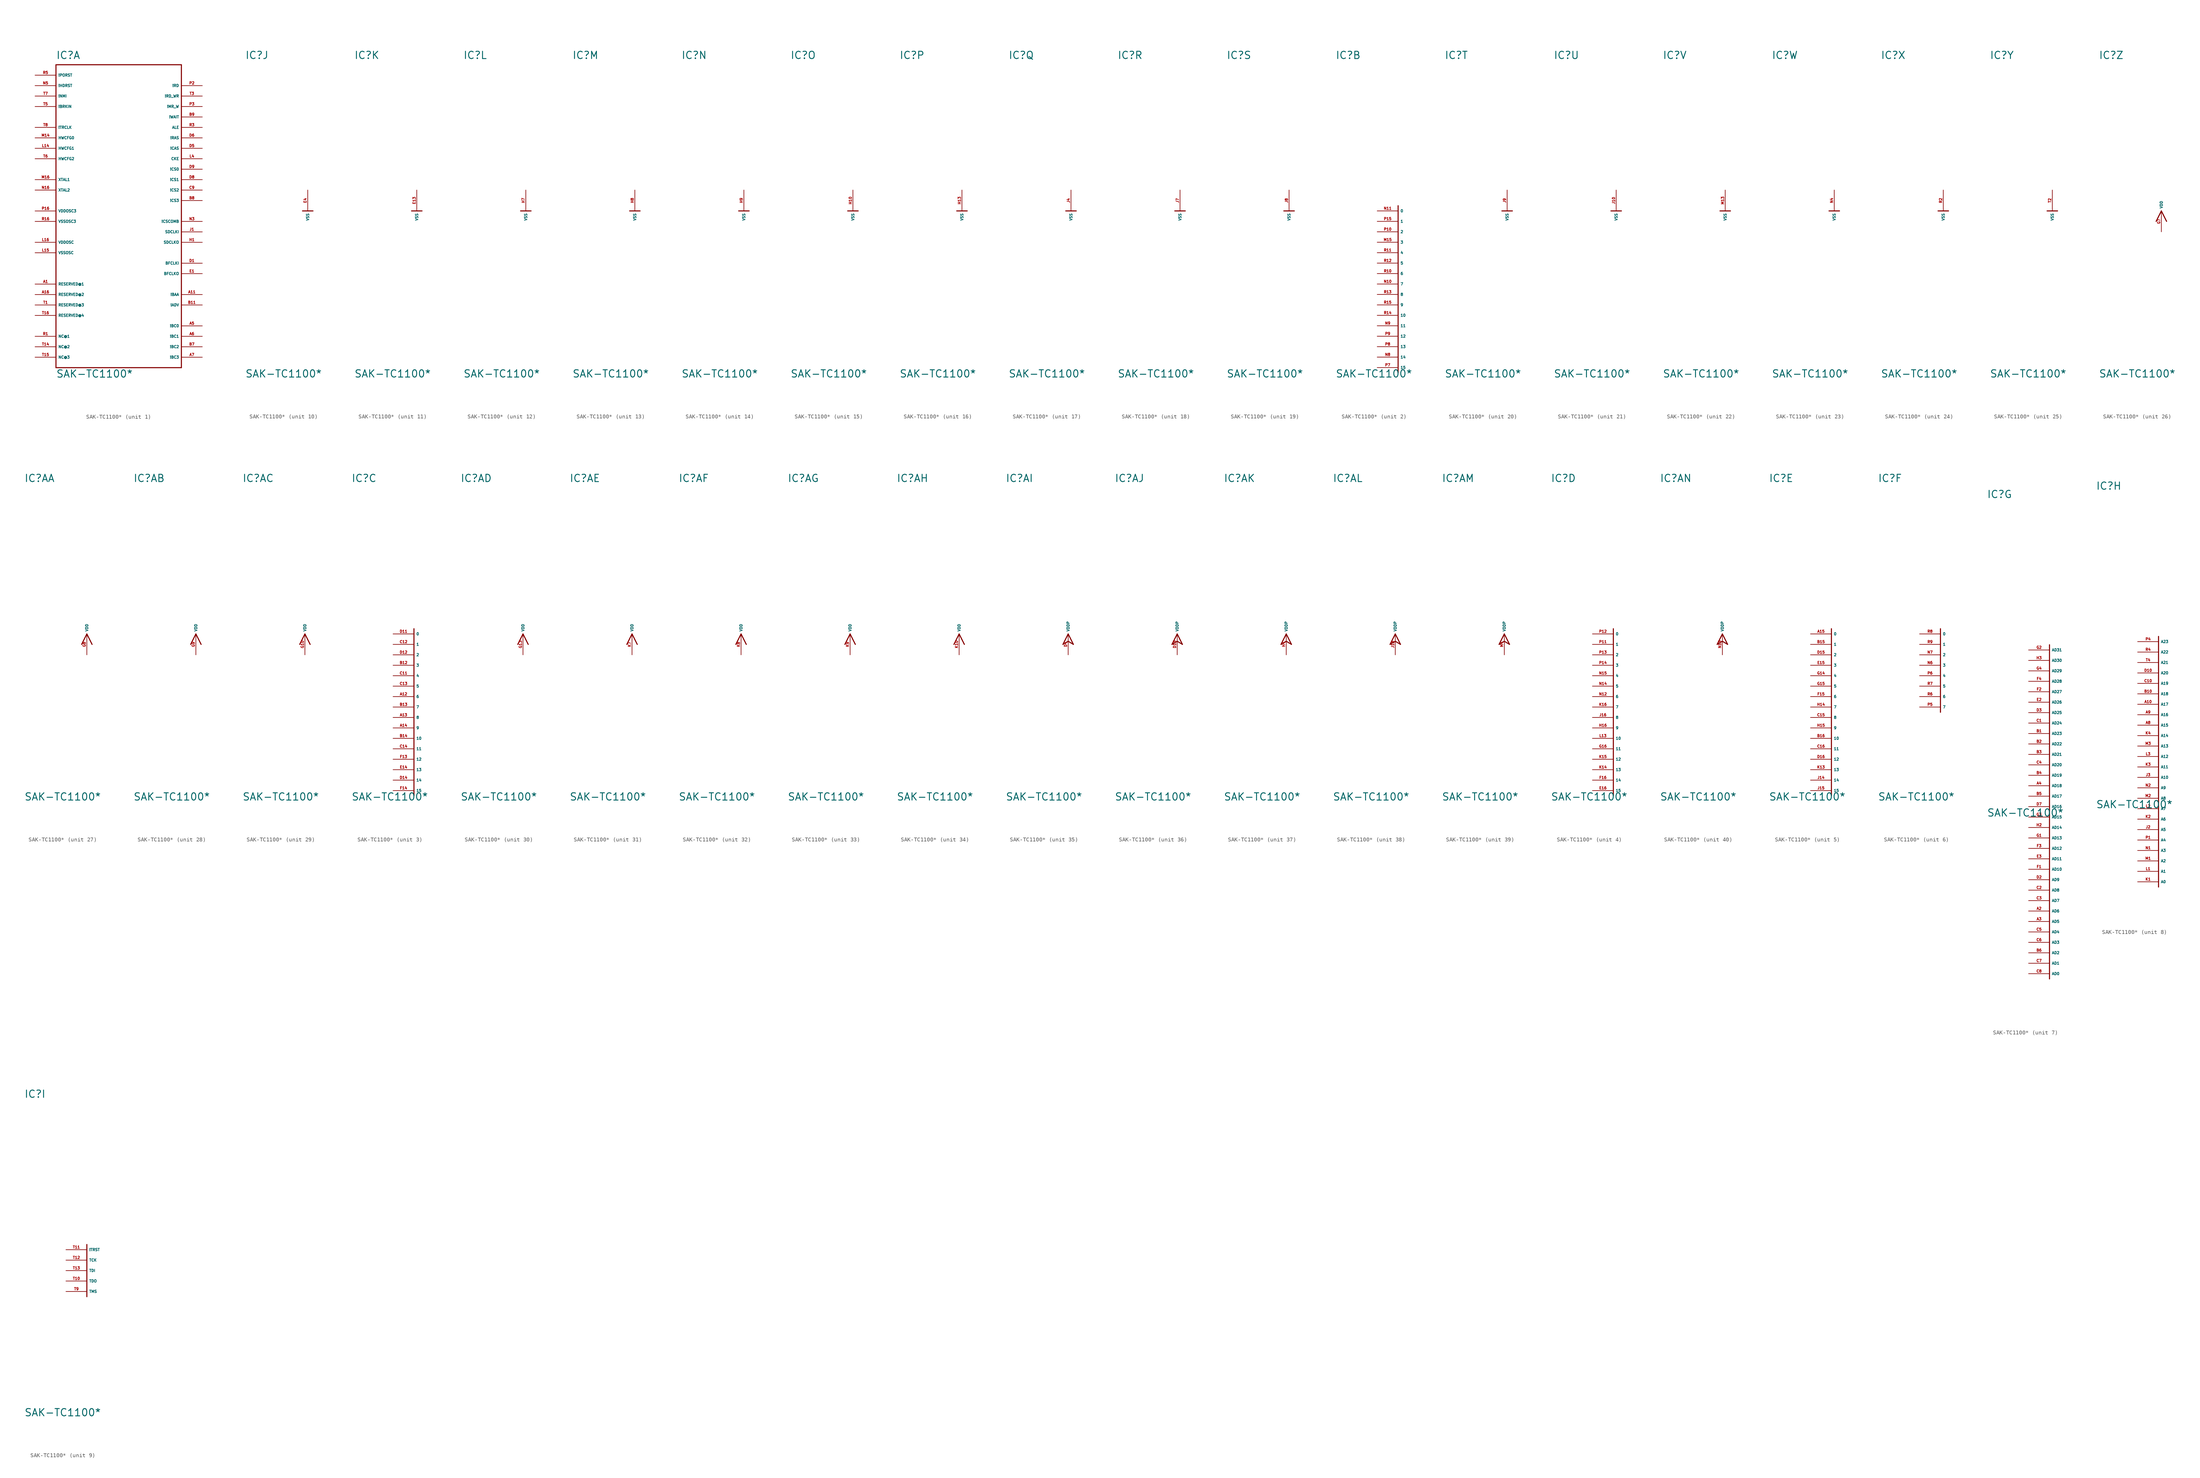
<source format=kicad_sym>
(kicad_symbol_lib
  (version 20220914)
  (generator Eagle2Kicad)
  (symbol "SAK-TC1100*"
    (property "Reference" "IC"
      (at -15.24 36.83 0)
      (effects (font (size 1.778 1.778) (thickness 0.22)) (justify left bottom)))
    (property "Value" "SAK-TC1100*"
      (at -15.24 -40.64 0)
      (effects (font (size 1.778 1.778) (thickness 0.22)) (justify left bottom)))
    (symbol "SAK-TC1100*_1_0"
      (polyline (pts (xy 15.24 35.56) (xy 15.24 -38.1)) (stroke (width 0.254) (type default)) (fill (type none)))
      (polyline (pts (xy 15.24 -38.1) (xy -15.24 -38.1)) (stroke (width 0.254) (type default)) (fill (type none)))
      (polyline (pts (xy -15.24 -38.1) (xy -15.24 35.56)) (stroke (width 0.254) (type default)) (fill (type none)))
      (polyline (pts (xy -15.24 35.56) (xy 15.24 35.56)) (stroke (width 0.254) (type default)) (fill (type none)))
      (pin input line (at -20.32 27.94 0) (length 5.08) (name "!NMI" (effects (font (size 0.635 0.635) (thickness 0.08)) (justify left bottom))) (number "T7" (effects (font (size 0.635 0.635) (thickness 0.08)) (justify left bottom))))
      (pin output line (at 20.32 30.48 180) (length 5.08) (name "!RD" (effects (font (size 0.635 0.635) (thickness 0.08)) (justify left bottom))) (number "P2" (effects (font (size 0.635 0.635) (thickness 0.08)) (justify left bottom))))
      (pin output line (at 20.32 10.16 180) (length 5.08) (name "!CS0" (effects (font (size 0.635 0.635) (thickness 0.08)) (justify left bottom))) (number "D9" (effects (font (size 0.635 0.635) (thickness 0.08)) (justify left bottom))))
      (pin input line (at -20.32 33.02 0) (length 5.08) (name "!PORST" (effects (font (size 0.635 0.635) (thickness 0.08)) (justify left bottom))) (number "R5" (effects (font (size 0.635 0.635) (thickness 0.08)) (justify left bottom))))
      (pin bidirectional line (at -20.32 30.48 0) (length 5.08) (name "!HDRST" (effects (font (size 0.635 0.635) (thickness 0.08)) (justify left bottom))) (number "N5" (effects (font (size 0.635 0.635) (thickness 0.08)) (justify left bottom))))
      (pin input line (at -20.32 17.78 0) (length 5.08) (name "HWCFG0" (effects (font (size 0.635 0.635) (thickness 0.08)) (justify left bottom))) (number "M14" (effects (font (size 0.635 0.635) (thickness 0.08)) (justify left bottom))))
      (pin input line (at 20.32 22.86 180) (length 5.08) (name "!WAIT" (effects (font (size 0.635 0.635) (thickness 0.08)) (justify left bottom))) (number "B9" (effects (font (size 0.635 0.635) (thickness 0.08)) (justify left bottom))))
      (pin output line (at 20.32 20.32 180) (length 5.08) (name "ALE" (effects (font (size 0.635 0.635) (thickness 0.08)) (justify left bottom))) (number "R3" (effects (font (size 0.635 0.635) (thickness 0.08)) (justify left bottom))))
      (pin output line (at 20.32 -20.32 180) (length 5.08) (name "!BAA" (effects (font (size 0.635 0.635) (thickness 0.08)) (justify left bottom))) (number "A11" (effects (font (size 0.635 0.635) (thickness 0.08)) (justify left bottom))))
      (pin output line (at 20.32 17.78 180) (length 5.08) (name "!RAS" (effects (font (size 0.635 0.635) (thickness 0.08)) (justify left bottom))) (number "D6" (effects (font (size 0.635 0.635) (thickness 0.08)) (justify left bottom))))
      (pin output line (at 20.32 15.24 180) (length 5.08) (name "!CAS" (effects (font (size 0.635 0.635) (thickness 0.08)) (justify left bottom))) (number "D5" (effects (font (size 0.635 0.635) (thickness 0.08)) (justify left bottom))))
      (pin output line (at 20.32 7.62 180) (length 5.08) (name "!CS1" (effects (font (size 0.635 0.635) (thickness 0.08)) (justify left bottom))) (number "D8" (effects (font (size 0.635 0.635) (thickness 0.08)) (justify left bottom))))
      (pin output line (at 20.32 5.08 180) (length 5.08) (name "!CS2" (effects (font (size 0.635 0.635) (thickness 0.08)) (justify left bottom))) (number "C9" (effects (font (size 0.635 0.635) (thickness 0.08)) (justify left bottom))))
      (pin output line (at 20.32 2.54 180) (length 5.08) (name "!CS3" (effects (font (size 0.635 0.635) (thickness 0.08)) (justify left bottom))) (number "B8" (effects (font (size 0.635 0.635) (thickness 0.08)) (justify left bottom))))
      (pin output line (at 20.32 -2.54 180) (length 5.08) (name "!CSCOMB" (effects (font (size 0.635 0.635) (thickness 0.08)) (justify left bottom))) (number "N3" (effects (font (size 0.635 0.635) (thickness 0.08)) (justify left bottom))))
      (pin output line (at 20.32 12.7 180) (length 5.08) (name "CKE" (effects (font (size 0.635 0.635) (thickness 0.08)) (justify left bottom))) (number "L4" (effects (font (size 0.635 0.635) (thickness 0.08)) (justify left bottom))))
      (pin input line (at 20.32 -5.08 180) (length 5.08) (name "SDCLKI" (effects (font (size 0.635 0.635) (thickness 0.08)) (justify left bottom))) (number "J1" (effects (font (size 0.635 0.635) (thickness 0.08)) (justify left bottom))))
      (pin output line (at 20.32 -22.86 180) (length 5.08) (name "!ADV" (effects (font (size 0.635 0.635) (thickness 0.08)) (justify left bottom))) (number "B11" (effects (font (size 0.635 0.635) (thickness 0.08)) (justify left bottom))))
      (pin input line (at -20.32 7.62 0) (length 5.08) (name "XTAL1" (effects (font (size 0.635 0.635) (thickness 0.08)) (justify left bottom))) (number "M16" (effects (font (size 0.635 0.635) (thickness 0.08)) (justify left bottom))))
      (pin output line (at -20.32 5.08 0) (length 5.08) (name "XTAL2" (effects (font (size 0.635 0.635) (thickness 0.08)) (justify left bottom))) (number "N16" (effects (font (size 0.635 0.635) (thickness 0.08)) (justify left bottom))))
      (pin input line (at -20.32 -7.62 0) (length 5.08) (name "VDDOSC" (effects (font (size 0.635 0.635) (thickness 0.08)) (justify left bottom))) (number "L16" (effects (font (size 0.635 0.635) (thickness 0.08)) (justify left bottom))))
      (pin input line (at -20.32 -10.16 0) (length 5.08) (name "VSSOSC" (effects (font (size 0.635 0.635) (thickness 0.08)) (justify left bottom))) (number "L15" (effects (font (size 0.635 0.635) (thickness 0.08)) (justify left bottom))))
      (pin passive line (at -20.32 -17.78 0) (length 5.08) (name "RESERVED@1" (effects (font (size 0.635 0.635) (thickness 0.08)) (justify left bottom))) (number "A1" (effects (font (size 0.635 0.635) (thickness 0.08)) (justify left bottom))))
      (pin bidirectional line (at 20.32 -27.94 180) (length 5.08) (name "!BC0" (effects (font (size 0.635 0.635) (thickness 0.08)) (justify left bottom))) (number "A5" (effects (font (size 0.635 0.635) (thickness 0.08)) (justify left bottom))))
      (pin bidirectional line (at 20.32 -30.48 180) (length 5.08) (name "!BC1" (effects (font (size 0.635 0.635) (thickness 0.08)) (justify left bottom))) (number "A6" (effects (font (size 0.635 0.635) (thickness 0.08)) (justify left bottom))))
      (pin bidirectional line (at 20.32 -33.02 180) (length 5.08) (name "!BC2" (effects (font (size 0.635 0.635) (thickness 0.08)) (justify left bottom))) (number "B7" (effects (font (size 0.635 0.635) (thickness 0.08)) (justify left bottom))))
      (pin bidirectional line (at 20.32 -35.56 180) (length 5.08) (name "!BC3" (effects (font (size 0.635 0.635) (thickness 0.08)) (justify left bottom))) (number "A7" (effects (font (size 0.635 0.635) (thickness 0.08)) (justify left bottom))))
      (pin output line (at 20.32 27.94 180) (length 5.08) (name "!RD_WR" (effects (font (size 0.635 0.635) (thickness 0.08)) (justify left bottom))) (number "T3" (effects (font (size 0.635 0.635) (thickness 0.08)) (justify left bottom))))
      (pin input line (at -20.32 15.24 0) (length 5.08) (name "HWCFG1" (effects (font (size 0.635 0.635) (thickness 0.08)) (justify left bottom))) (number "L14" (effects (font (size 0.635 0.635) (thickness 0.08)) (justify left bottom))))
      (pin input line (at -20.32 12.7 0) (length 5.08) (name "HWCFG2" (effects (font (size 0.635 0.635) (thickness 0.08)) (justify left bottom))) (number "T6" (effects (font (size 0.635 0.635) (thickness 0.08)) (justify left bottom))))
      (pin output line (at -20.32 20.32 0) (length 5.08) (name "!TRCLK" (effects (font (size 0.635 0.635) (thickness 0.08)) (justify left bottom))) (number "T8" (effects (font (size 0.635 0.635) (thickness 0.08)) (justify left bottom))))
      (pin output line (at 20.32 -7.62 180) (length 5.08) (name "SDCLKO" (effects (font (size 0.635 0.635) (thickness 0.08)) (justify left bottom))) (number "H1" (effects (font (size 0.635 0.635) (thickness 0.08)) (justify left bottom))))
      (pin input line (at 20.32 -12.7 180) (length 5.08) (name "BFCLKI" (effects (font (size 0.635 0.635) (thickness 0.08)) (justify left bottom))) (number "D1" (effects (font (size 0.635 0.635) (thickness 0.08)) (justify left bottom))))
      (pin output line (at 20.32 -15.24 180) (length 5.08) (name "BFCLKO" (effects (font (size 0.635 0.635) (thickness 0.08)) (justify left bottom))) (number "E1" (effects (font (size 0.635 0.635) (thickness 0.08)) (justify left bottom))))
      (pin input line (at -20.32 0 0) (length 5.08) (name "VDDOSC3" (effects (font (size 0.635 0.635) (thickness 0.08)) (justify left bottom))) (number "P16" (effects (font (size 0.635 0.635) (thickness 0.08)) (justify left bottom))))
      (pin input line (at -20.32 -2.54 0) (length 5.08) (name "VSSOSC3" (effects (font (size 0.635 0.635) (thickness 0.08)) (justify left bottom))) (number "R16" (effects (font (size 0.635 0.635) (thickness 0.08)) (justify left bottom))))
      (pin output line (at 20.32 25.4 180) (length 5.08) (name "!MR_W" (effects (font (size 0.635 0.635) (thickness 0.08)) (justify left bottom))) (number "P3" (effects (font (size 0.635 0.635) (thickness 0.08)) (justify left bottom))))
      (pin passive line (at -20.32 -20.32 0) (length 5.08) (name "RESERVED@2" (effects (font (size 0.635 0.635) (thickness 0.08)) (justify left bottom))) (number "A16" (effects (font (size 0.635 0.635) (thickness 0.08)) (justify left bottom))))
      (pin passive line (at -20.32 -22.86 0) (length 5.08) (name "RESERVED@3" (effects (font (size 0.635 0.635) (thickness 0.08)) (justify left bottom))) (number "T1" (effects (font (size 0.635 0.635) (thickness 0.08)) (justify left bottom))))
      (pin passive line (at -20.32 -25.4 0) (length 5.08) (name "RESERVED@4" (effects (font (size 0.635 0.635) (thickness 0.08)) (justify left bottom))) (number "T16" (effects (font (size 0.635 0.635) (thickness 0.08)) (justify left bottom))))
      (pin passive line (at -20.32 -30.48 0) (length 5.08) (name "NC@1" (effects (font (size 0.635 0.635) (thickness 0.08)) (justify left bottom))) (number "R1" (effects (font (size 0.635 0.635) (thickness 0.08)) (justify left bottom))))
      (pin passive line (at -20.32 -33.02 0) (length 5.08) (name "NC@2" (effects (font (size 0.635 0.635) (thickness 0.08)) (justify left bottom))) (number "T14" (effects (font (size 0.635 0.635) (thickness 0.08)) (justify left bottom))))
      (pin passive line (at -20.32 -35.56 0) (length 5.08) (name "NC@3" (effects (font (size 0.635 0.635) (thickness 0.08)) (justify left bottom))) (number "T15" (effects (font (size 0.635 0.635) (thickness 0.08)) (justify left bottom))))
      (pin input line (at -20.32 25.4 0) (length 5.08) (name "!BRKIN" (effects (font (size 0.635 0.635) (thickness 0.08)) (justify left bottom))) (number "T5" (effects (font (size 0.635 0.635) (thickness 0.08)) (justify left bottom)))))
    (symbol "SAK-TC1100*_2_0"
      (polyline (pts (xy 0 1.27) (xy 0 -39.37)) (stroke (width 0.254) (type default)) (fill (type none)))
      (pin input line (at -5.08 0 0) (length 5.08) (name "0" (effects (font (size 0.635 0.635) (thickness 0.08)) (justify left bottom))) (number "N11" (effects (font (size 0.635 0.635) (thickness 0.08)) (justify left bottom))))
      (pin input line (at -5.08 -2.54 0) (length 5.08) (name "1" (effects (font (size 0.635 0.635) (thickness 0.08)) (justify left bottom))) (number "P15" (effects (font (size 0.635 0.635) (thickness 0.08)) (justify left bottom))))
      (pin input line (at -5.08 -5.08 0) (length 5.08) (name "2" (effects (font (size 0.635 0.635) (thickness 0.08)) (justify left bottom))) (number "P10" (effects (font (size 0.635 0.635) (thickness 0.08)) (justify left bottom))))
      (pin input line (at -5.08 -7.62 0) (length 5.08) (name "3" (effects (font (size 0.635 0.635) (thickness 0.08)) (justify left bottom))) (number "M15" (effects (font (size 0.635 0.635) (thickness 0.08)) (justify left bottom))))
      (pin input line (at -5.08 -10.16 0) (length 5.08) (name "4" (effects (font (size 0.635 0.635) (thickness 0.08)) (justify left bottom))) (number "R11" (effects (font (size 0.635 0.635) (thickness 0.08)) (justify left bottom))))
      (pin input line (at -5.08 -12.7 0) (length 5.08) (name "5" (effects (font (size 0.635 0.635) (thickness 0.08)) (justify left bottom))) (number "R12" (effects (font (size 0.635 0.635) (thickness 0.08)) (justify left bottom))))
      (pin input line (at -5.08 -15.24 0) (length 5.08) (name "6" (effects (font (size 0.635 0.635) (thickness 0.08)) (justify left bottom))) (number "R10" (effects (font (size 0.635 0.635) (thickness 0.08)) (justify left bottom))))
      (pin input line (at -5.08 -17.78 0) (length 5.08) (name "7" (effects (font (size 0.635 0.635) (thickness 0.08)) (justify left bottom))) (number "N10" (effects (font (size 0.635 0.635) (thickness 0.08)) (justify left bottom))))
      (pin input line (at -5.08 -20.32 0) (length 5.08) (name "8" (effects (font (size 0.635 0.635) (thickness 0.08)) (justify left bottom))) (number "R13" (effects (font (size 0.635 0.635) (thickness 0.08)) (justify left bottom))))
      (pin input line (at -5.08 -22.86 0) (length 5.08) (name "9" (effects (font (size 0.635 0.635) (thickness 0.08)) (justify left bottom))) (number "R15" (effects (font (size 0.635 0.635) (thickness 0.08)) (justify left bottom))))
      (pin input line (at -5.08 -25.4 0) (length 5.08) (name "10" (effects (font (size 0.635 0.635) (thickness 0.08)) (justify left bottom))) (number "R14" (effects (font (size 0.635 0.635) (thickness 0.08)) (justify left bottom))))
      (pin input line (at -5.08 -27.94 0) (length 5.08) (name "11" (effects (font (size 0.635 0.635) (thickness 0.08)) (justify left bottom))) (number "N9" (effects (font (size 0.635 0.635) (thickness 0.08)) (justify left bottom))))
      (pin input line (at -5.08 -30.48 0) (length 5.08) (name "12" (effects (font (size 0.635 0.635) (thickness 0.08)) (justify left bottom))) (number "P9" (effects (font (size 0.635 0.635) (thickness 0.08)) (justify left bottom))))
      (pin input line (at -5.08 -33.02 0) (length 5.08) (name "13" (effects (font (size 0.635 0.635) (thickness 0.08)) (justify left bottom))) (number "P8" (effects (font (size 0.635 0.635) (thickness 0.08)) (justify left bottom))))
      (pin input line (at -5.08 -35.56 0) (length 5.08) (name "14" (effects (font (size 0.635 0.635) (thickness 0.08)) (justify left bottom))) (number "N8" (effects (font (size 0.635 0.635) (thickness 0.08)) (justify left bottom))))
      (pin input line (at -5.08 -38.1 0) (length 5.08) (name "15" (effects (font (size 0.635 0.635) (thickness 0.08)) (justify left bottom))) (number "P7" (effects (font (size 0.635 0.635) (thickness 0.08)) (justify left bottom)))))
    (symbol "SAK-TC1100*_3_0"
      (polyline (pts (xy 0 1.27) (xy 0 -39.37)) (stroke (width 0.254) (type default)) (fill (type none)))
      (pin input line (at -5.08 0 0) (length 5.08) (name "0" (effects (font (size 0.635 0.635) (thickness 0.08)) (justify left bottom))) (number "D11" (effects (font (size 0.635 0.635) (thickness 0.08)) (justify left bottom))))
      (pin input line (at -5.08 -2.54 0) (length 5.08) (name "1" (effects (font (size 0.635 0.635) (thickness 0.08)) (justify left bottom))) (number "C12" (effects (font (size 0.635 0.635) (thickness 0.08)) (justify left bottom))))
      (pin input line (at -5.08 -5.08 0) (length 5.08) (name "2" (effects (font (size 0.635 0.635) (thickness 0.08)) (justify left bottom))) (number "D12" (effects (font (size 0.635 0.635) (thickness 0.08)) (justify left bottom))))
      (pin input line (at -5.08 -7.62 0) (length 5.08) (name "3" (effects (font (size 0.635 0.635) (thickness 0.08)) (justify left bottom))) (number "B12" (effects (font (size 0.635 0.635) (thickness 0.08)) (justify left bottom))))
      (pin input line (at -5.08 -10.16 0) (length 5.08) (name "4" (effects (font (size 0.635 0.635) (thickness 0.08)) (justify left bottom))) (number "C11" (effects (font (size 0.635 0.635) (thickness 0.08)) (justify left bottom))))
      (pin input line (at -5.08 -12.7 0) (length 5.08) (name "5" (effects (font (size 0.635 0.635) (thickness 0.08)) (justify left bottom))) (number "C13" (effects (font (size 0.635 0.635) (thickness 0.08)) (justify left bottom))))
      (pin input line (at -5.08 -15.24 0) (length 5.08) (name "6" (effects (font (size 0.635 0.635) (thickness 0.08)) (justify left bottom))) (number "A12" (effects (font (size 0.635 0.635) (thickness 0.08)) (justify left bottom))))
      (pin input line (at -5.08 -17.78 0) (length 5.08) (name "7" (effects (font (size 0.635 0.635) (thickness 0.08)) (justify left bottom))) (number "B13" (effects (font (size 0.635 0.635) (thickness 0.08)) (justify left bottom))))
      (pin input line (at -5.08 -20.32 0) (length 5.08) (name "8" (effects (font (size 0.635 0.635) (thickness 0.08)) (justify left bottom))) (number "A13" (effects (font (size 0.635 0.635) (thickness 0.08)) (justify left bottom))))
      (pin input line (at -5.08 -22.86 0) (length 5.08) (name "9" (effects (font (size 0.635 0.635) (thickness 0.08)) (justify left bottom))) (number "A14" (effects (font (size 0.635 0.635) (thickness 0.08)) (justify left bottom))))
      (pin input line (at -5.08 -25.4 0) (length 5.08) (name "10" (effects (font (size 0.635 0.635) (thickness 0.08)) (justify left bottom))) (number "B14" (effects (font (size 0.635 0.635) (thickness 0.08)) (justify left bottom))))
      (pin input line (at -5.08 -27.94 0) (length 5.08) (name "11" (effects (font (size 0.635 0.635) (thickness 0.08)) (justify left bottom))) (number "C14" (effects (font (size 0.635 0.635) (thickness 0.08)) (justify left bottom))))
      (pin input line (at -5.08 -30.48 0) (length 5.08) (name "12" (effects (font (size 0.635 0.635) (thickness 0.08)) (justify left bottom))) (number "F13" (effects (font (size 0.635 0.635) (thickness 0.08)) (justify left bottom))))
      (pin input line (at -5.08 -33.02 0) (length 5.08) (name "13" (effects (font (size 0.635 0.635) (thickness 0.08)) (justify left bottom))) (number "E14" (effects (font (size 0.635 0.635) (thickness 0.08)) (justify left bottom))))
      (pin input line (at -5.08 -35.56 0) (length 5.08) (name "14" (effects (font (size 0.635 0.635) (thickness 0.08)) (justify left bottom))) (number "D14" (effects (font (size 0.635 0.635) (thickness 0.08)) (justify left bottom))))
      (pin input line (at -5.08 -38.1 0) (length 5.08) (name "15" (effects (font (size 0.635 0.635) (thickness 0.08)) (justify left bottom))) (number "F14" (effects (font (size 0.635 0.635) (thickness 0.08)) (justify left bottom)))))
    (symbol "SAK-TC1100*_4_0"
      (polyline (pts (xy 0 1.27) (xy 0 -39.37)) (stroke (width 0.254) (type default)) (fill (type none)))
      (pin input line (at -5.08 0 0) (length 5.08) (name "0" (effects (font (size 0.635 0.635) (thickness 0.08)) (justify left bottom))) (number "P12" (effects (font (size 0.635 0.635) (thickness 0.08)) (justify left bottom))))
      (pin input line (at -5.08 -2.54 0) (length 5.08) (name "1" (effects (font (size 0.635 0.635) (thickness 0.08)) (justify left bottom))) (number "P11" (effects (font (size 0.635 0.635) (thickness 0.08)) (justify left bottom))))
      (pin input line (at -5.08 -5.08 0) (length 5.08) (name "2" (effects (font (size 0.635 0.635) (thickness 0.08)) (justify left bottom))) (number "P13" (effects (font (size 0.635 0.635) (thickness 0.08)) (justify left bottom))))
      (pin input line (at -5.08 -7.62 0) (length 5.08) (name "3" (effects (font (size 0.635 0.635) (thickness 0.08)) (justify left bottom))) (number "P14" (effects (font (size 0.635 0.635) (thickness 0.08)) (justify left bottom))))
      (pin input line (at -5.08 -10.16 0) (length 5.08) (name "4" (effects (font (size 0.635 0.635) (thickness 0.08)) (justify left bottom))) (number "N15" (effects (font (size 0.635 0.635) (thickness 0.08)) (justify left bottom))))
      (pin input line (at -5.08 -12.7 0) (length 5.08) (name "5" (effects (font (size 0.635 0.635) (thickness 0.08)) (justify left bottom))) (number "N14" (effects (font (size 0.635 0.635) (thickness 0.08)) (justify left bottom))))
      (pin input line (at -5.08 -15.24 0) (length 5.08) (name "6" (effects (font (size 0.635 0.635) (thickness 0.08)) (justify left bottom))) (number "N12" (effects (font (size 0.635 0.635) (thickness 0.08)) (justify left bottom))))
      (pin input line (at -5.08 -17.78 0) (length 5.08) (name "7" (effects (font (size 0.635 0.635) (thickness 0.08)) (justify left bottom))) (number "K16" (effects (font (size 0.635 0.635) (thickness 0.08)) (justify left bottom))))
      (pin input line (at -5.08 -20.32 0) (length 5.08) (name "8" (effects (font (size 0.635 0.635) (thickness 0.08)) (justify left bottom))) (number "J16" (effects (font (size 0.635 0.635) (thickness 0.08)) (justify left bottom))))
      (pin input line (at -5.08 -22.86 0) (length 5.08) (name "9" (effects (font (size 0.635 0.635) (thickness 0.08)) (justify left bottom))) (number "H16" (effects (font (size 0.635 0.635) (thickness 0.08)) (justify left bottom))))
      (pin input line (at -5.08 -25.4 0) (length 5.08) (name "10" (effects (font (size 0.635 0.635) (thickness 0.08)) (justify left bottom))) (number "L13" (effects (font (size 0.635 0.635) (thickness 0.08)) (justify left bottom))))
      (pin input line (at -5.08 -27.94 0) (length 5.08) (name "11" (effects (font (size 0.635 0.635) (thickness 0.08)) (justify left bottom))) (number "G16" (effects (font (size 0.635 0.635) (thickness 0.08)) (justify left bottom))))
      (pin input line (at -5.08 -30.48 0) (length 5.08) (name "12" (effects (font (size 0.635 0.635) (thickness 0.08)) (justify left bottom))) (number "K15" (effects (font (size 0.635 0.635) (thickness 0.08)) (justify left bottom))))
      (pin input line (at -5.08 -33.02 0) (length 5.08) (name "13" (effects (font (size 0.635 0.635) (thickness 0.08)) (justify left bottom))) (number "K14" (effects (font (size 0.635 0.635) (thickness 0.08)) (justify left bottom))))
      (pin input line (at -5.08 -35.56 0) (length 5.08) (name "14" (effects (font (size 0.635 0.635) (thickness 0.08)) (justify left bottom))) (number "F16" (effects (font (size 0.635 0.635) (thickness 0.08)) (justify left bottom))))
      (pin input line (at -5.08 -38.1 0) (length 5.08) (name "15" (effects (font (size 0.635 0.635) (thickness 0.08)) (justify left bottom))) (number "E16" (effects (font (size 0.635 0.635) (thickness 0.08)) (justify left bottom)))))
    (symbol "SAK-TC1100*_5_0"
      (polyline (pts (xy 0 1.27) (xy 0 -39.37)) (stroke (width 0.254) (type default)) (fill (type none)))
      (pin input line (at -5.08 0 0) (length 5.08) (name "0" (effects (font (size 0.635 0.635) (thickness 0.08)) (justify left bottom))) (number "A15" (effects (font (size 0.635 0.635) (thickness 0.08)) (justify left bottom))))
      (pin input line (at -5.08 -2.54 0) (length 5.08) (name "1" (effects (font (size 0.635 0.635) (thickness 0.08)) (justify left bottom))) (number "B15" (effects (font (size 0.635 0.635) (thickness 0.08)) (justify left bottom))))
      (pin input line (at -5.08 -5.08 0) (length 5.08) (name "2" (effects (font (size 0.635 0.635) (thickness 0.08)) (justify left bottom))) (number "D15" (effects (font (size 0.635 0.635) (thickness 0.08)) (justify left bottom))))
      (pin input line (at -5.08 -7.62 0) (length 5.08) (name "3" (effects (font (size 0.635 0.635) (thickness 0.08)) (justify left bottom))) (number "E15" (effects (font (size 0.635 0.635) (thickness 0.08)) (justify left bottom))))
      (pin input line (at -5.08 -10.16 0) (length 5.08) (name "4" (effects (font (size 0.635 0.635) (thickness 0.08)) (justify left bottom))) (number "G14" (effects (font (size 0.635 0.635) (thickness 0.08)) (justify left bottom))))
      (pin input line (at -5.08 -12.7 0) (length 5.08) (name "5" (effects (font (size 0.635 0.635) (thickness 0.08)) (justify left bottom))) (number "G15" (effects (font (size 0.635 0.635) (thickness 0.08)) (justify left bottom))))
      (pin input line (at -5.08 -15.24 0) (length 5.08) (name "6" (effects (font (size 0.635 0.635) (thickness 0.08)) (justify left bottom))) (number "F15" (effects (font (size 0.635 0.635) (thickness 0.08)) (justify left bottom))))
      (pin input line (at -5.08 -17.78 0) (length 5.08) (name "7" (effects (font (size 0.635 0.635) (thickness 0.08)) (justify left bottom))) (number "H14" (effects (font (size 0.635 0.635) (thickness 0.08)) (justify left bottom))))
      (pin input line (at -5.08 -20.32 0) (length 5.08) (name "8" (effects (font (size 0.635 0.635) (thickness 0.08)) (justify left bottom))) (number "C15" (effects (font (size 0.635 0.635) (thickness 0.08)) (justify left bottom))))
      (pin input line (at -5.08 -22.86 0) (length 5.08) (name "9" (effects (font (size 0.635 0.635) (thickness 0.08)) (justify left bottom))) (number "H15" (effects (font (size 0.635 0.635) (thickness 0.08)) (justify left bottom))))
      (pin input line (at -5.08 -25.4 0) (length 5.08) (name "10" (effects (font (size 0.635 0.635) (thickness 0.08)) (justify left bottom))) (number "B16" (effects (font (size 0.635 0.635) (thickness 0.08)) (justify left bottom))))
      (pin input line (at -5.08 -27.94 0) (length 5.08) (name "11" (effects (font (size 0.635 0.635) (thickness 0.08)) (justify left bottom))) (number "C16" (effects (font (size 0.635 0.635) (thickness 0.08)) (justify left bottom))))
      (pin input line (at -5.08 -30.48 0) (length 5.08) (name "12" (effects (font (size 0.635 0.635) (thickness 0.08)) (justify left bottom))) (number "D16" (effects (font (size 0.635 0.635) (thickness 0.08)) (justify left bottom))))
      (pin input line (at -5.08 -33.02 0) (length 5.08) (name "13" (effects (font (size 0.635 0.635) (thickness 0.08)) (justify left bottom))) (number "K13" (effects (font (size 0.635 0.635) (thickness 0.08)) (justify left bottom))))
      (pin input line (at -5.08 -35.56 0) (length 5.08) (name "14" (effects (font (size 0.635 0.635) (thickness 0.08)) (justify left bottom))) (number "J14" (effects (font (size 0.635 0.635) (thickness 0.08)) (justify left bottom))))
      (pin input line (at -5.08 -38.1 0) (length 5.08) (name "15" (effects (font (size 0.635 0.635) (thickness 0.08)) (justify left bottom))) (number "J15" (effects (font (size 0.635 0.635) (thickness 0.08)) (justify left bottom)))))
    (symbol "SAK-TC1100*_6_0"
      (polyline (pts (xy 0 1.27) (xy 0 -19.05)) (stroke (width 0.254) (type default)) (fill (type none)))
      (pin input line (at -5.08 0 0) (length 5.08) (name "0" (effects (font (size 0.635 0.635) (thickness 0.08)) (justify left bottom))) (number "R8" (effects (font (size 0.635 0.635) (thickness 0.08)) (justify left bottom))))
      (pin input line (at -5.08 -2.54 0) (length 5.08) (name "1" (effects (font (size 0.635 0.635) (thickness 0.08)) (justify left bottom))) (number "R9" (effects (font (size 0.635 0.635) (thickness 0.08)) (justify left bottom))))
      (pin input line (at -5.08 -5.08 0) (length 5.08) (name "2" (effects (font (size 0.635 0.635) (thickness 0.08)) (justify left bottom))) (number "N7" (effects (font (size 0.635 0.635) (thickness 0.08)) (justify left bottom))))
      (pin input line (at -5.08 -7.62 0) (length 5.08) (name "3" (effects (font (size 0.635 0.635) (thickness 0.08)) (justify left bottom))) (number "N6" (effects (font (size 0.635 0.635) (thickness 0.08)) (justify left bottom))))
      (pin input line (at -5.08 -10.16 0) (length 5.08) (name "4" (effects (font (size 0.635 0.635) (thickness 0.08)) (justify left bottom))) (number "P6" (effects (font (size 0.635 0.635) (thickness 0.08)) (justify left bottom))))
      (pin input line (at -5.08 -12.7 0) (length 5.08) (name "5" (effects (font (size 0.635 0.635) (thickness 0.08)) (justify left bottom))) (number "R7" (effects (font (size 0.635 0.635) (thickness 0.08)) (justify left bottom))))
      (pin input line (at -5.08 -15.24 0) (length 5.08) (name "6" (effects (font (size 0.635 0.635) (thickness 0.08)) (justify left bottom))) (number "R6" (effects (font (size 0.635 0.635) (thickness 0.08)) (justify left bottom))))
      (pin input line (at -5.08 -17.78 0) (length 5.08) (name "7" (effects (font (size 0.635 0.635) (thickness 0.08)) (justify left bottom))) (number "P5" (effects (font (size 0.635 0.635) (thickness 0.08)) (justify left bottom)))))
    (symbol "SAK-TC1100*_7_0"
      (polyline (pts (xy 0 1.27) (xy 0 -80.01)) (stroke (width 0.254) (type default)) (fill (type none)))
      (pin bidirectional line (at -5.08 -78.74 0) (length 5.08) (name "AD0" (effects (font (size 0.635 0.635) (thickness 0.08)) (justify left bottom))) (number "C8" (effects (font (size 0.635 0.635) (thickness 0.08)) (justify left bottom))))
      (pin bidirectional line (at -5.08 -76.2 0) (length 5.08) (name "AD1" (effects (font (size 0.635 0.635) (thickness 0.08)) (justify left bottom))) (number "C7" (effects (font (size 0.635 0.635) (thickness 0.08)) (justify left bottom))))
      (pin bidirectional line (at -5.08 -73.66 0) (length 5.08) (name "AD2" (effects (font (size 0.635 0.635) (thickness 0.08)) (justify left bottom))) (number "B6" (effects (font (size 0.635 0.635) (thickness 0.08)) (justify left bottom))))
      (pin bidirectional line (at -5.08 -71.12 0) (length 5.08) (name "AD3" (effects (font (size 0.635 0.635) (thickness 0.08)) (justify left bottom))) (number "C6" (effects (font (size 0.635 0.635) (thickness 0.08)) (justify left bottom))))
      (pin bidirectional line (at -5.08 -68.58 0) (length 5.08) (name "AD4" (effects (font (size 0.635 0.635) (thickness 0.08)) (justify left bottom))) (number "C5" (effects (font (size 0.635 0.635) (thickness 0.08)) (justify left bottom))))
      (pin bidirectional line (at -5.08 -66.04 0) (length 5.08) (name "AD5" (effects (font (size 0.635 0.635) (thickness 0.08)) (justify left bottom))) (number "A3" (effects (font (size 0.635 0.635) (thickness 0.08)) (justify left bottom))))
      (pin bidirectional line (at -5.08 -63.5 0) (length 5.08) (name "AD6" (effects (font (size 0.635 0.635) (thickness 0.08)) (justify left bottom))) (number "A2" (effects (font (size 0.635 0.635) (thickness 0.08)) (justify left bottom))))
      (pin bidirectional line (at -5.08 -60.96 0) (length 5.08) (name "AD7" (effects (font (size 0.635 0.635) (thickness 0.08)) (justify left bottom))) (number "C3" (effects (font (size 0.635 0.635) (thickness 0.08)) (justify left bottom))))
      (pin bidirectional line (at -5.08 -58.42 0) (length 5.08) (name "AD8" (effects (font (size 0.635 0.635) (thickness 0.08)) (justify left bottom))) (number "C2" (effects (font (size 0.635 0.635) (thickness 0.08)) (justify left bottom))))
      (pin bidirectional line (at -5.08 -55.88 0) (length 5.08) (name "AD9" (effects (font (size 0.635 0.635) (thickness 0.08)) (justify left bottom))) (number "D2" (effects (font (size 0.635 0.635) (thickness 0.08)) (justify left bottom))))
      (pin bidirectional line (at -5.08 -53.34 0) (length 5.08) (name "AD10" (effects (font (size 0.635 0.635) (thickness 0.08)) (justify left bottom))) (number "F1" (effects (font (size 0.635 0.635) (thickness 0.08)) (justify left bottom))))
      (pin bidirectional line (at -5.08 -50.8 0) (length 5.08) (name "AD11" (effects (font (size 0.635 0.635) (thickness 0.08)) (justify left bottom))) (number "E3" (effects (font (size 0.635 0.635) (thickness 0.08)) (justify left bottom))))
      (pin bidirectional line (at -5.08 -48.26 0) (length 5.08) (name "AD12" (effects (font (size 0.635 0.635) (thickness 0.08)) (justify left bottom))) (number "F3" (effects (font (size 0.635 0.635) (thickness 0.08)) (justify left bottom))))
      (pin bidirectional line (at -5.08 -45.72 0) (length 5.08) (name "AD13" (effects (font (size 0.635 0.635) (thickness 0.08)) (justify left bottom))) (number "G1" (effects (font (size 0.635 0.635) (thickness 0.08)) (justify left bottom))))
      (pin bidirectional line (at -5.08 -43.18 0) (length 5.08) (name "AD14" (effects (font (size 0.635 0.635) (thickness 0.08)) (justify left bottom))) (number "H2" (effects (font (size 0.635 0.635) (thickness 0.08)) (justify left bottom))))
      (pin bidirectional line (at -5.08 -40.64 0) (length 5.08) (name "AD15" (effects (font (size 0.635 0.635) (thickness 0.08)) (justify left bottom))) (number "G3" (effects (font (size 0.635 0.635) (thickness 0.08)) (justify left bottom))))
      (pin bidirectional line (at -5.08 -38.1 0) (length 5.08) (name "AD16" (effects (font (size 0.635 0.635) (thickness 0.08)) (justify left bottom))) (number "D7" (effects (font (size 0.635 0.635) (thickness 0.08)) (justify left bottom))))
      (pin bidirectional line (at -5.08 -35.56 0) (length 5.08) (name "AD17" (effects (font (size 0.635 0.635) (thickness 0.08)) (justify left bottom))) (number "B5" (effects (font (size 0.635 0.635) (thickness 0.08)) (justify left bottom))))
      (pin bidirectional line (at -5.08 -33.02 0) (length 5.08) (name "AD18" (effects (font (size 0.635 0.635) (thickness 0.08)) (justify left bottom))) (number "A4" (effects (font (size 0.635 0.635) (thickness 0.08)) (justify left bottom))))
      (pin bidirectional line (at -5.08 -30.48 0) (length 5.08) (name "AD19" (effects (font (size 0.635 0.635) (thickness 0.08)) (justify left bottom))) (number "B4" (effects (font (size 0.635 0.635) (thickness 0.08)) (justify left bottom))))
      (pin bidirectional line (at -5.08 -27.94 0) (length 5.08) (name "AD20" (effects (font (size 0.635 0.635) (thickness 0.08)) (justify left bottom))) (number "C4" (effects (font (size 0.635 0.635) (thickness 0.08)) (justify left bottom))))
      (pin bidirectional line (at -5.08 -25.4 0) (length 5.08) (name "AD21" (effects (font (size 0.635 0.635) (thickness 0.08)) (justify left bottom))) (number "B3" (effects (font (size 0.635 0.635) (thickness 0.08)) (justify left bottom))))
      (pin bidirectional line (at -5.08 -22.86 0) (length 5.08) (name "AD22" (effects (font (size 0.635 0.635) (thickness 0.08)) (justify left bottom))) (number "B2" (effects (font (size 0.635 0.635) (thickness 0.08)) (justify left bottom))))
      (pin bidirectional line (at -5.08 -20.32 0) (length 5.08) (name "AD23" (effects (font (size 0.635 0.635) (thickness 0.08)) (justify left bottom))) (number "B1" (effects (font (size 0.635 0.635) (thickness 0.08)) (justify left bottom))))
      (pin bidirectional line (at -5.08 -17.78 0) (length 5.08) (name "AD24" (effects (font (size 0.635 0.635) (thickness 0.08)) (justify left bottom))) (number "C1" (effects (font (size 0.635 0.635) (thickness 0.08)) (justify left bottom))))
      (pin bidirectional line (at -5.08 -15.24 0) (length 5.08) (name "AD25" (effects (font (size 0.635 0.635) (thickness 0.08)) (justify left bottom))) (number "D3" (effects (font (size 0.635 0.635) (thickness 0.08)) (justify left bottom))))
      (pin bidirectional line (at -5.08 -12.7 0) (length 5.08) (name "AD26" (effects (font (size 0.635 0.635) (thickness 0.08)) (justify left bottom))) (number "E2" (effects (font (size 0.635 0.635) (thickness 0.08)) (justify left bottom))))
      (pin bidirectional line (at -5.08 -10.16 0) (length 5.08) (name "AD27" (effects (font (size 0.635 0.635) (thickness 0.08)) (justify left bottom))) (number "F2" (effects (font (size 0.635 0.635) (thickness 0.08)) (justify left bottom))))
      (pin bidirectional line (at -5.08 -7.62 0) (length 5.08) (name "AD28" (effects (font (size 0.635 0.635) (thickness 0.08)) (justify left bottom))) (number "F4" (effects (font (size 0.635 0.635) (thickness 0.08)) (justify left bottom))))
      (pin bidirectional line (at -5.08 -5.08 0) (length 5.08) (name "AD29" (effects (font (size 0.635 0.635) (thickness 0.08)) (justify left bottom))) (number "G4" (effects (font (size 0.635 0.635) (thickness 0.08)) (justify left bottom))))
      (pin bidirectional line (at -5.08 -2.54 0) (length 5.08) (name "AD30" (effects (font (size 0.635 0.635) (thickness 0.08)) (justify left bottom))) (number "H3" (effects (font (size 0.635 0.635) (thickness 0.08)) (justify left bottom))))
      (pin bidirectional line (at -5.08 0 0) (length 5.08) (name "AD31" (effects (font (size 0.635 0.635) (thickness 0.08)) (justify left bottom))) (number "G2" (effects (font (size 0.635 0.635) (thickness 0.08)) (justify left bottom)))))
    (symbol "SAK-TC1100*_8_0"
      (polyline (pts (xy 0 1.27) (xy 0 -59.69)) (stroke (width 0.254) (type default)) (fill (type none)))
      (pin output line (at -5.08 -58.42 0) (length 5.08) (name "A0" (effects (font (size 0.635 0.635) (thickness 0.08)) (justify left bottom))) (number "K1" (effects (font (size 0.635 0.635) (thickness 0.08)) (justify left bottom))))
      (pin output line (at -5.08 -55.88 0) (length 5.08) (name "A1" (effects (font (size 0.635 0.635) (thickness 0.08)) (justify left bottom))) (number "L1" (effects (font (size 0.635 0.635) (thickness 0.08)) (justify left bottom))))
      (pin output line (at -5.08 -53.34 0) (length 5.08) (name "A2" (effects (font (size 0.635 0.635) (thickness 0.08)) (justify left bottom))) (number "M1" (effects (font (size 0.635 0.635) (thickness 0.08)) (justify left bottom))))
      (pin output line (at -5.08 -50.8 0) (length 5.08) (name "A3" (effects (font (size 0.635 0.635) (thickness 0.08)) (justify left bottom))) (number "N1" (effects (font (size 0.635 0.635) (thickness 0.08)) (justify left bottom))))
      (pin output line (at -5.08 -48.26 0) (length 5.08) (name "A4" (effects (font (size 0.635 0.635) (thickness 0.08)) (justify left bottom))) (number "P1" (effects (font (size 0.635 0.635) (thickness 0.08)) (justify left bottom))))
      (pin output line (at -5.08 -45.72 0) (length 5.08) (name "A5" (effects (font (size 0.635 0.635) (thickness 0.08)) (justify left bottom))) (number "J2" (effects (font (size 0.635 0.635) (thickness 0.08)) (justify left bottom))))
      (pin output line (at -5.08 -43.18 0) (length 5.08) (name "A6" (effects (font (size 0.635 0.635) (thickness 0.08)) (justify left bottom))) (number "K2" (effects (font (size 0.635 0.635) (thickness 0.08)) (justify left bottom))))
      (pin output line (at -5.08 -40.64 0) (length 5.08) (name "A7" (effects (font (size 0.635 0.635) (thickness 0.08)) (justify left bottom))) (number "L2" (effects (font (size 0.635 0.635) (thickness 0.08)) (justify left bottom))))
      (pin output line (at -5.08 -38.1 0) (length 5.08) (name "A8" (effects (font (size 0.635 0.635) (thickness 0.08)) (justify left bottom))) (number "M2" (effects (font (size 0.635 0.635) (thickness 0.08)) (justify left bottom))))
      (pin output line (at -5.08 -35.56 0) (length 5.08) (name "A9" (effects (font (size 0.635 0.635) (thickness 0.08)) (justify left bottom))) (number "N2" (effects (font (size 0.635 0.635) (thickness 0.08)) (justify left bottom))))
      (pin output line (at -5.08 -33.02 0) (length 5.08) (name "A10" (effects (font (size 0.635 0.635) (thickness 0.08)) (justify left bottom))) (number "J3" (effects (font (size 0.635 0.635) (thickness 0.08)) (justify left bottom))))
      (pin output line (at -5.08 -30.48 0) (length 5.08) (name "A11" (effects (font (size 0.635 0.635) (thickness 0.08)) (justify left bottom))) (number "K3" (effects (font (size 0.635 0.635) (thickness 0.08)) (justify left bottom))))
      (pin output line (at -5.08 -27.94 0) (length 5.08) (name "A12" (effects (font (size 0.635 0.635) (thickness 0.08)) (justify left bottom))) (number "L3" (effects (font (size 0.635 0.635) (thickness 0.08)) (justify left bottom))))
      (pin output line (at -5.08 -25.4 0) (length 5.08) (name "A13" (effects (font (size 0.635 0.635) (thickness 0.08)) (justify left bottom))) (number "M3" (effects (font (size 0.635 0.635) (thickness 0.08)) (justify left bottom))))
      (pin output line (at -5.08 -22.86 0) (length 5.08) (name "A14" (effects (font (size 0.635 0.635) (thickness 0.08)) (justify left bottom))) (number "K4" (effects (font (size 0.635 0.635) (thickness 0.08)) (justify left bottom))))
      (pin output line (at -5.08 -20.32 0) (length 5.08) (name "A15" (effects (font (size 0.635 0.635) (thickness 0.08)) (justify left bottom))) (number "A8" (effects (font (size 0.635 0.635) (thickness 0.08)) (justify left bottom))))
      (pin output line (at -5.08 -17.78 0) (length 5.08) (name "A16" (effects (font (size 0.635 0.635) (thickness 0.08)) (justify left bottom))) (number "A9" (effects (font (size 0.635 0.635) (thickness 0.08)) (justify left bottom))))
      (pin output line (at -5.08 -15.24 0) (length 5.08) (name "A17" (effects (font (size 0.635 0.635) (thickness 0.08)) (justify left bottom))) (number "A10" (effects (font (size 0.635 0.635) (thickness 0.08)) (justify left bottom))))
      (pin output line (at -5.08 -12.7 0) (length 5.08) (name "A18" (effects (font (size 0.635 0.635) (thickness 0.08)) (justify left bottom))) (number "B10" (effects (font (size 0.635 0.635) (thickness 0.08)) (justify left bottom))))
      (pin output line (at -5.08 -10.16 0) (length 5.08) (name "A19" (effects (font (size 0.635 0.635) (thickness 0.08)) (justify left bottom))) (number "C10" (effects (font (size 0.635 0.635) (thickness 0.08)) (justify left bottom))))
      (pin output line (at -5.08 -7.62 0) (length 5.08) (name "A20" (effects (font (size 0.635 0.635) (thickness 0.08)) (justify left bottom))) (number "D10" (effects (font (size 0.635 0.635) (thickness 0.08)) (justify left bottom))))
      (pin output line (at -5.08 -5.08 0) (length 5.08) (name "A21" (effects (font (size 0.635 0.635) (thickness 0.08)) (justify left bottom))) (number "T4" (effects (font (size 0.635 0.635) (thickness 0.08)) (justify left bottom))))
      (pin output line (at -5.08 -2.54 0) (length 5.08) (name "A22" (effects (font (size 0.635 0.635) (thickness 0.08)) (justify left bottom))) (number "R4" (effects (font (size 0.635 0.635) (thickness 0.08)) (justify left bottom))))
      (pin output line (at -5.08 0 0) (length 5.08) (name "A23" (effects (font (size 0.635 0.635) (thickness 0.08)) (justify left bottom))) (number "P4" (effects (font (size 0.635 0.635) (thickness 0.08)) (justify left bottom)))))
    (symbol "SAK-TC1100*_9_0"
      (polyline (pts (xy 0 1.27) (xy 0 -11.43)) (stroke (width 0.254) (type default)) (fill (type none)))
      (pin input line (at -5.08 0 0) (length 5.08) (name "!TRST" (effects (font (size 0.635 0.635) (thickness 0.08)) (justify left bottom))) (number "T11" (effects (font (size 0.635 0.635) (thickness 0.08)) (justify left bottom))))
      (pin input line (at -5.08 -2.54 0) (length 5.08) (name "TCK" (effects (font (size 0.635 0.635) (thickness 0.08)) (justify left bottom))) (number "T12" (effects (font (size 0.635 0.635) (thickness 0.08)) (justify left bottom))))
      (pin input line (at -5.08 -5.08 0) (length 5.08) (name "TDI" (effects (font (size 0.635 0.635) (thickness 0.08)) (justify left bottom))) (number "T13" (effects (font (size 0.635 0.635) (thickness 0.08)) (justify left bottom))))
      (pin output line (at -5.08 -7.62 0) (length 5.08) (name "TDO" (effects (font (size 0.635 0.635) (thickness 0.08)) (justify left bottom))) (number "T10" (effects (font (size 0.635 0.635) (thickness 0.08)) (justify left bottom))))
      (pin input line (at -5.08 -10.16 0) (length 5.08) (name "TMS" (effects (font (size 0.635 0.635) (thickness 0.08)) (justify left bottom))) (number "T9" (effects (font (size 0.635 0.635) (thickness 0.08)) (justify left bottom)))))
    (symbol "SAK-TC1100*_10_0"
      (polyline (pts (xy -1.27 0) (xy 1.27 0)) (stroke (width 0.254) (type default)) (fill (type none)))
      (pin unspecified line (at 0 5.08 270) (length 5.08) (name "VSS" (effects (font (size 0.635 0.635) (thickness 0.08)) (justify left bottom))) (number "E4" (effects (font (size 0.635 0.635) (thickness 0.08)) (justify left bottom)))))
    (symbol "SAK-TC1100*_11_0"
      (polyline (pts (xy -1.27 0) (xy 1.27 0)) (stroke (width 0.254) (type default)) (fill (type none)))
      (pin unspecified line (at 0 5.08 270) (length 5.08) (name "VSS" (effects (font (size 0.635 0.635) (thickness 0.08)) (justify left bottom))) (number "E13" (effects (font (size 0.635 0.635) (thickness 0.08)) (justify left bottom)))))
    (symbol "SAK-TC1100*_12_0"
      (polyline (pts (xy -1.27 0) (xy 1.27 0)) (stroke (width 0.254) (type default)) (fill (type none)))
      (pin unspecified line (at 0 5.08 270) (length 5.08) (name "VSS" (effects (font (size 0.635 0.635) (thickness 0.08)) (justify left bottom))) (number "H7" (effects (font (size 0.635 0.635) (thickness 0.08)) (justify left bottom)))))
    (symbol "SAK-TC1100*_13_0"
      (polyline (pts (xy -1.27 0) (xy 1.27 0)) (stroke (width 0.254) (type default)) (fill (type none)))
      (pin unspecified line (at 0 5.08 270) (length 5.08) (name "VSS" (effects (font (size 0.635 0.635) (thickness 0.08)) (justify left bottom))) (number "H8" (effects (font (size 0.635 0.635) (thickness 0.08)) (justify left bottom)))))
    (symbol "SAK-TC1100*_14_0"
      (polyline (pts (xy -1.27 0) (xy 1.27 0)) (stroke (width 0.254) (type default)) (fill (type none)))
      (pin unspecified line (at 0 5.08 270) (length 5.08) (name "VSS" (effects (font (size 0.635 0.635) (thickness 0.08)) (justify left bottom))) (number "H9" (effects (font (size 0.635 0.635) (thickness 0.08)) (justify left bottom)))))
    (symbol "SAK-TC1100*_15_0"
      (polyline (pts (xy -1.27 0) (xy 1.27 0)) (stroke (width 0.254) (type default)) (fill (type none)))
      (pin unspecified line (at 0 5.08 270) (length 5.08) (name "VSS" (effects (font (size 0.635 0.635) (thickness 0.08)) (justify left bottom))) (number "H10" (effects (font (size 0.635 0.635) (thickness 0.08)) (justify left bottom)))))
    (symbol "SAK-TC1100*_16_0"
      (polyline (pts (xy -1.27 0) (xy 1.27 0)) (stroke (width 0.254) (type default)) (fill (type none)))
      (pin unspecified line (at 0 5.08 270) (length 5.08) (name "VSS" (effects (font (size 0.635 0.635) (thickness 0.08)) (justify left bottom))) (number "H13" (effects (font (size 0.635 0.635) (thickness 0.08)) (justify left bottom)))))
    (symbol "SAK-TC1100*_17_0"
      (polyline (pts (xy -1.27 0) (xy 1.27 0)) (stroke (width 0.254) (type default)) (fill (type none)))
      (pin unspecified line (at 0 5.08 270) (length 5.08) (name "VSS" (effects (font (size 0.635 0.635) (thickness 0.08)) (justify left bottom))) (number "J4" (effects (font (size 0.635 0.635) (thickness 0.08)) (justify left bottom)))))
    (symbol "SAK-TC1100*_18_0"
      (polyline (pts (xy -1.27 0) (xy 1.27 0)) (stroke (width 0.254) (type default)) (fill (type none)))
      (pin unspecified line (at 0 5.08 270) (length 5.08) (name "VSS" (effects (font (size 0.635 0.635) (thickness 0.08)) (justify left bottom))) (number "J7" (effects (font (size 0.635 0.635) (thickness 0.08)) (justify left bottom)))))
    (symbol "SAK-TC1100*_19_0"
      (polyline (pts (xy -1.27 0) (xy 1.27 0)) (stroke (width 0.254) (type default)) (fill (type none)))
      (pin unspecified line (at 0 5.08 270) (length 5.08) (name "VSS" (effects (font (size 0.635 0.635) (thickness 0.08)) (justify left bottom))) (number "J8" (effects (font (size 0.635 0.635) (thickness 0.08)) (justify left bottom)))))
    (symbol "SAK-TC1100*_20_0"
      (polyline (pts (xy -1.27 0) (xy 1.27 0)) (stroke (width 0.254) (type default)) (fill (type none)))
      (pin unspecified line (at 0 5.08 270) (length 5.08) (name "VSS" (effects (font (size 0.635 0.635) (thickness 0.08)) (justify left bottom))) (number "J9" (effects (font (size 0.635 0.635) (thickness 0.08)) (justify left bottom)))))
    (symbol "SAK-TC1100*_21_0"
      (polyline (pts (xy -1.27 0) (xy 1.27 0)) (stroke (width 0.254) (type default)) (fill (type none)))
      (pin unspecified line (at 0 5.08 270) (length 5.08) (name "VSS" (effects (font (size 0.635 0.635) (thickness 0.08)) (justify left bottom))) (number "J10" (effects (font (size 0.635 0.635) (thickness 0.08)) (justify left bottom)))))
    (symbol "SAK-TC1100*_22_0"
      (polyline (pts (xy -1.27 0) (xy 1.27 0)) (stroke (width 0.254) (type default)) (fill (type none)))
      (pin unspecified line (at 0 5.08 270) (length 5.08) (name "VSS" (effects (font (size 0.635 0.635) (thickness 0.08)) (justify left bottom))) (number "M13" (effects (font (size 0.635 0.635) (thickness 0.08)) (justify left bottom)))))
    (symbol "SAK-TC1100*_23_0"
      (polyline (pts (xy -1.27 0) (xy 1.27 0)) (stroke (width 0.254) (type default)) (fill (type none)))
      (pin unspecified line (at 0 5.08 270) (length 5.08) (name "VSS" (effects (font (size 0.635 0.635) (thickness 0.08)) (justify left bottom))) (number "N4" (effects (font (size 0.635 0.635) (thickness 0.08)) (justify left bottom)))))
    (symbol "SAK-TC1100*_24_0"
      (polyline (pts (xy -1.27 0) (xy 1.27 0)) (stroke (width 0.254) (type default)) (fill (type none)))
      (pin unspecified line (at 0 5.08 270) (length 5.08) (name "VSS" (effects (font (size 0.635 0.635) (thickness 0.08)) (justify left bottom))) (number "R2" (effects (font (size 0.635 0.635) (thickness 0.08)) (justify left bottom)))))
    (symbol "SAK-TC1100*_25_0"
      (polyline (pts (xy -1.27 0) (xy 1.27 0)) (stroke (width 0.254) (type default)) (fill (type none)))
      (pin unspecified line (at 0 5.08 270) (length 5.08) (name "VSS" (effects (font (size 0.635 0.635) (thickness 0.08)) (justify left bottom))) (number "T2" (effects (font (size 0.635 0.635) (thickness 0.08)) (justify left bottom)))))
    (symbol "SAK-TC1100*_26_0"
      (polyline (pts (xy 0 0) (xy -1.27 -2.54)) (stroke (width 0.254) (type default)) (fill (type none)))
      (polyline (pts (xy 0 0) (xy 1.27 -2.54)) (stroke (width 0.254) (type default)) (fill (type none)))
      (pin unspecified line (at 0 -5.08 90) (length 5.08) (name "VDD" (effects (font (size 0.635 0.635) (thickness 0.08)) (justify left bottom))) (number "G7" (effects (font (size 0.635 0.635) (thickness 0.08)) (justify left bottom)))))
    (symbol "SAK-TC1100*_27_0"
      (polyline (pts (xy 0 0) (xy -1.27 -2.54)) (stroke (width 0.254) (type default)) (fill (type none)))
      (polyline (pts (xy 0 0) (xy 1.27 -2.54)) (stroke (width 0.254) (type default)) (fill (type none)))
      (pin unspecified line (at 0 -5.08 90) (length 5.08) (name "VDD" (effects (font (size 0.635 0.635) (thickness 0.08)) (justify left bottom))) (number "G8" (effects (font (size 0.635 0.635) (thickness 0.08)) (justify left bottom)))))
    (symbol "SAK-TC1100*_28_0"
      (polyline (pts (xy 0 0) (xy -1.27 -2.54)) (stroke (width 0.254) (type default)) (fill (type none)))
      (polyline (pts (xy 0 0) (xy 1.27 -2.54)) (stroke (width 0.254) (type default)) (fill (type none)))
      (pin unspecified line (at 0 -5.08 90) (length 5.08) (name "VDD" (effects (font (size 0.635 0.635) (thickness 0.08)) (justify left bottom))) (number "G9" (effects (font (size 0.635 0.635) (thickness 0.08)) (justify left bottom)))))
    (symbol "SAK-TC1100*_29_0"
      (polyline (pts (xy 0 0) (xy -1.27 -2.54)) (stroke (width 0.254) (type default)) (fill (type none)))
      (polyline (pts (xy 0 0) (xy 1.27 -2.54)) (stroke (width 0.254) (type default)) (fill (type none)))
      (pin unspecified line (at 0 -5.08 90) (length 5.08) (name "VDD" (effects (font (size 0.635 0.635) (thickness 0.08)) (justify left bottom))) (number "G10" (effects (font (size 0.635 0.635) (thickness 0.08)) (justify left bottom)))))
    (symbol "SAK-TC1100*_30_0"
      (polyline (pts (xy 0 0) (xy -1.27 -2.54)) (stroke (width 0.254) (type default)) (fill (type none)))
      (polyline (pts (xy 0 0) (xy 1.27 -2.54)) (stroke (width 0.254) (type default)) (fill (type none)))
      (pin unspecified line (at 0 -5.08 90) (length 5.08) (name "VDD" (effects (font (size 0.635 0.635) (thickness 0.08)) (justify left bottom))) (number "G13" (effects (font (size 0.635 0.635) (thickness 0.08)) (justify left bottom)))))
    (symbol "SAK-TC1100*_31_0"
      (polyline (pts (xy 0 0) (xy -1.27 -2.54)) (stroke (width 0.254) (type default)) (fill (type none)))
      (polyline (pts (xy 0 0) (xy 1.27 -2.54)) (stroke (width 0.254) (type default)) (fill (type none)))
      (pin unspecified line (at 0 -5.08 90) (length 5.08) (name "VDD" (effects (font (size 0.635 0.635) (thickness 0.08)) (justify left bottom))) (number "K7" (effects (font (size 0.635 0.635) (thickness 0.08)) (justify left bottom)))))
    (symbol "SAK-TC1100*_32_0"
      (polyline (pts (xy 0 0) (xy -1.27 -2.54)) (stroke (width 0.254) (type default)) (fill (type none)))
      (polyline (pts (xy 0 0) (xy 1.27 -2.54)) (stroke (width 0.254) (type default)) (fill (type none)))
      (pin unspecified line (at 0 -5.08 90) (length 5.08) (name "VDD" (effects (font (size 0.635 0.635) (thickness 0.08)) (justify left bottom))) (number "K8" (effects (font (size 0.635 0.635) (thickness 0.08)) (justify left bottom)))))
    (symbol "SAK-TC1100*_33_0"
      (polyline (pts (xy 0 0) (xy -1.27 -2.54)) (stroke (width 0.254) (type default)) (fill (type none)))
      (polyline (pts (xy 0 0) (xy 1.27 -2.54)) (stroke (width 0.254) (type default)) (fill (type none)))
      (pin unspecified line (at 0 -5.08 90) (length 5.08) (name "VDD" (effects (font (size 0.635 0.635) (thickness 0.08)) (justify left bottom))) (number "K9" (effects (font (size 0.635 0.635) (thickness 0.08)) (justify left bottom)))))
    (symbol "SAK-TC1100*_34_0"
      (polyline (pts (xy 0 0) (xy -1.27 -2.54)) (stroke (width 0.254) (type default)) (fill (type none)))
      (polyline (pts (xy 0 0) (xy 1.27 -2.54)) (stroke (width 0.254) (type default)) (fill (type none)))
      (pin unspecified line (at 0 -5.08 90) (length 5.08) (name "VDD" (effects (font (size 0.635 0.635) (thickness 0.08)) (justify left bottom))) (number "K10" (effects (font (size 0.635 0.635) (thickness 0.08)) (justify left bottom)))))
    (symbol "SAK-TC1100*_35_0"
      (polyline (pts (xy 0 0) (xy -1.27 -2.54)) (stroke (width 0.254) (type default)) (fill (type none)))
      (polyline (pts (xy 0 0) (xy 1.27 -2.54)) (stroke (width 0.254) (type default)) (fill (type none)))
      (polyline (pts (xy -1.27 -2.54) (xy 0 -1.778)) (stroke (width 0.254) (type default)) (fill (type none)))
      (polyline (pts (xy 0 -1.778) (xy 1.27 -2.54)) (stroke (width 0.254) (type default)) (fill (type none)))
      (pin unspecified line (at 0 -5.08 90) (length 5.08) (name "VDDP" (effects (font (size 0.635 0.635) (thickness 0.08)) (justify left bottom))) (number "D4" (effects (font (size 0.635 0.635) (thickness 0.08)) (justify left bottom)))))
    (symbol "SAK-TC1100*_36_0"
      (polyline (pts (xy 0 0) (xy -1.27 -2.54)) (stroke (width 0.254) (type default)) (fill (type none)))
      (polyline (pts (xy 0 0) (xy 1.27 -2.54)) (stroke (width 0.254) (type default)) (fill (type none)))
      (polyline (pts (xy -1.27 -2.54) (xy 0 -1.778)) (stroke (width 0.254) (type default)) (fill (type none)))
      (polyline (pts (xy 0 -1.778) (xy 1.27 -2.54)) (stroke (width 0.254) (type default)) (fill (type none)))
      (pin unspecified line (at 0 -5.08 90) (length 5.08) (name "VDDP" (effects (font (size 0.635 0.635) (thickness 0.08)) (justify left bottom))) (number "D13" (effects (font (size 0.635 0.635) (thickness 0.08)) (justify left bottom)))))
    (symbol "SAK-TC1100*_37_0"
      (polyline (pts (xy 0 0) (xy -1.27 -2.54)) (stroke (width 0.254) (type default)) (fill (type none)))
      (polyline (pts (xy 0 0) (xy 1.27 -2.54)) (stroke (width 0.254) (type default)) (fill (type none)))
      (polyline (pts (xy -1.27 -2.54) (xy 0 -1.778)) (stroke (width 0.254) (type default)) (fill (type none)))
      (polyline (pts (xy 0 -1.778) (xy 1.27 -2.54)) (stroke (width 0.254) (type default)) (fill (type none)))
      (pin unspecified line (at 0 -5.08 90) (length 5.08) (name "VDDP" (effects (font (size 0.635 0.635) (thickness 0.08)) (justify left bottom))) (number "H4" (effects (font (size 0.635 0.635) (thickness 0.08)) (justify left bottom)))))
    (symbol "SAK-TC1100*_38_0"
      (polyline (pts (xy 0 0) (xy -1.27 -2.54)) (stroke (width 0.254) (type default)) (fill (type none)))
      (polyline (pts (xy 0 0) (xy 1.27 -2.54)) (stroke (width 0.254) (type default)) (fill (type none)))
      (polyline (pts (xy -1.27 -2.54) (xy 0 -1.778)) (stroke (width 0.254) (type default)) (fill (type none)))
      (polyline (pts (xy 0 -1.778) (xy 1.27 -2.54)) (stroke (width 0.254) (type default)) (fill (type none)))
      (pin unspecified line (at 0 -5.08 90) (length 5.08) (name "VDDP" (effects (font (size 0.635 0.635) (thickness 0.08)) (justify left bottom))) (number "J13" (effects (font (size 0.635 0.635) (thickness 0.08)) (justify left bottom)))))
    (symbol "SAK-TC1100*_39_0"
      (polyline (pts (xy 0 0) (xy -1.27 -2.54)) (stroke (width 0.254) (type default)) (fill (type none)))
      (polyline (pts (xy 0 0) (xy 1.27 -2.54)) (stroke (width 0.254) (type default)) (fill (type none)))
      (polyline (pts (xy -1.27 -2.54) (xy 0 -1.778)) (stroke (width 0.254) (type default)) (fill (type none)))
      (polyline (pts (xy 0 -1.778) (xy 1.27 -2.54)) (stroke (width 0.254) (type default)) (fill (type none)))
      (pin unspecified line (at 0 -5.08 90) (length 5.08) (name "VDDP" (effects (font (size 0.635 0.635) (thickness 0.08)) (justify left bottom))) (number "M4" (effects (font (size 0.635 0.635) (thickness 0.08)) (justify left bottom)))))
    (symbol "SAK-TC1100*_40_0"
      (polyline (pts (xy 0 0) (xy -1.27 -2.54)) (stroke (width 0.254) (type default)) (fill (type none)))
      (polyline (pts (xy 0 0) (xy 1.27 -2.54)) (stroke (width 0.254) (type default)) (fill (type none)))
      (polyline (pts (xy -1.27 -2.54) (xy 0 -1.778)) (stroke (width 0.254) (type default)) (fill (type none)))
      (polyline (pts (xy 0 -1.778) (xy 1.27 -2.54)) (stroke (width 0.254) (type default)) (fill (type none)))
      (pin unspecified line (at 0 -5.08 90) (length 5.08) (name "VDDP" (effects (font (size 0.635 0.635) (thickness 0.08)) (justify left bottom))) (number "N13" (effects (font (size 0.635 0.635) (thickness 0.08)) (justify left bottom)))))))
</source>
